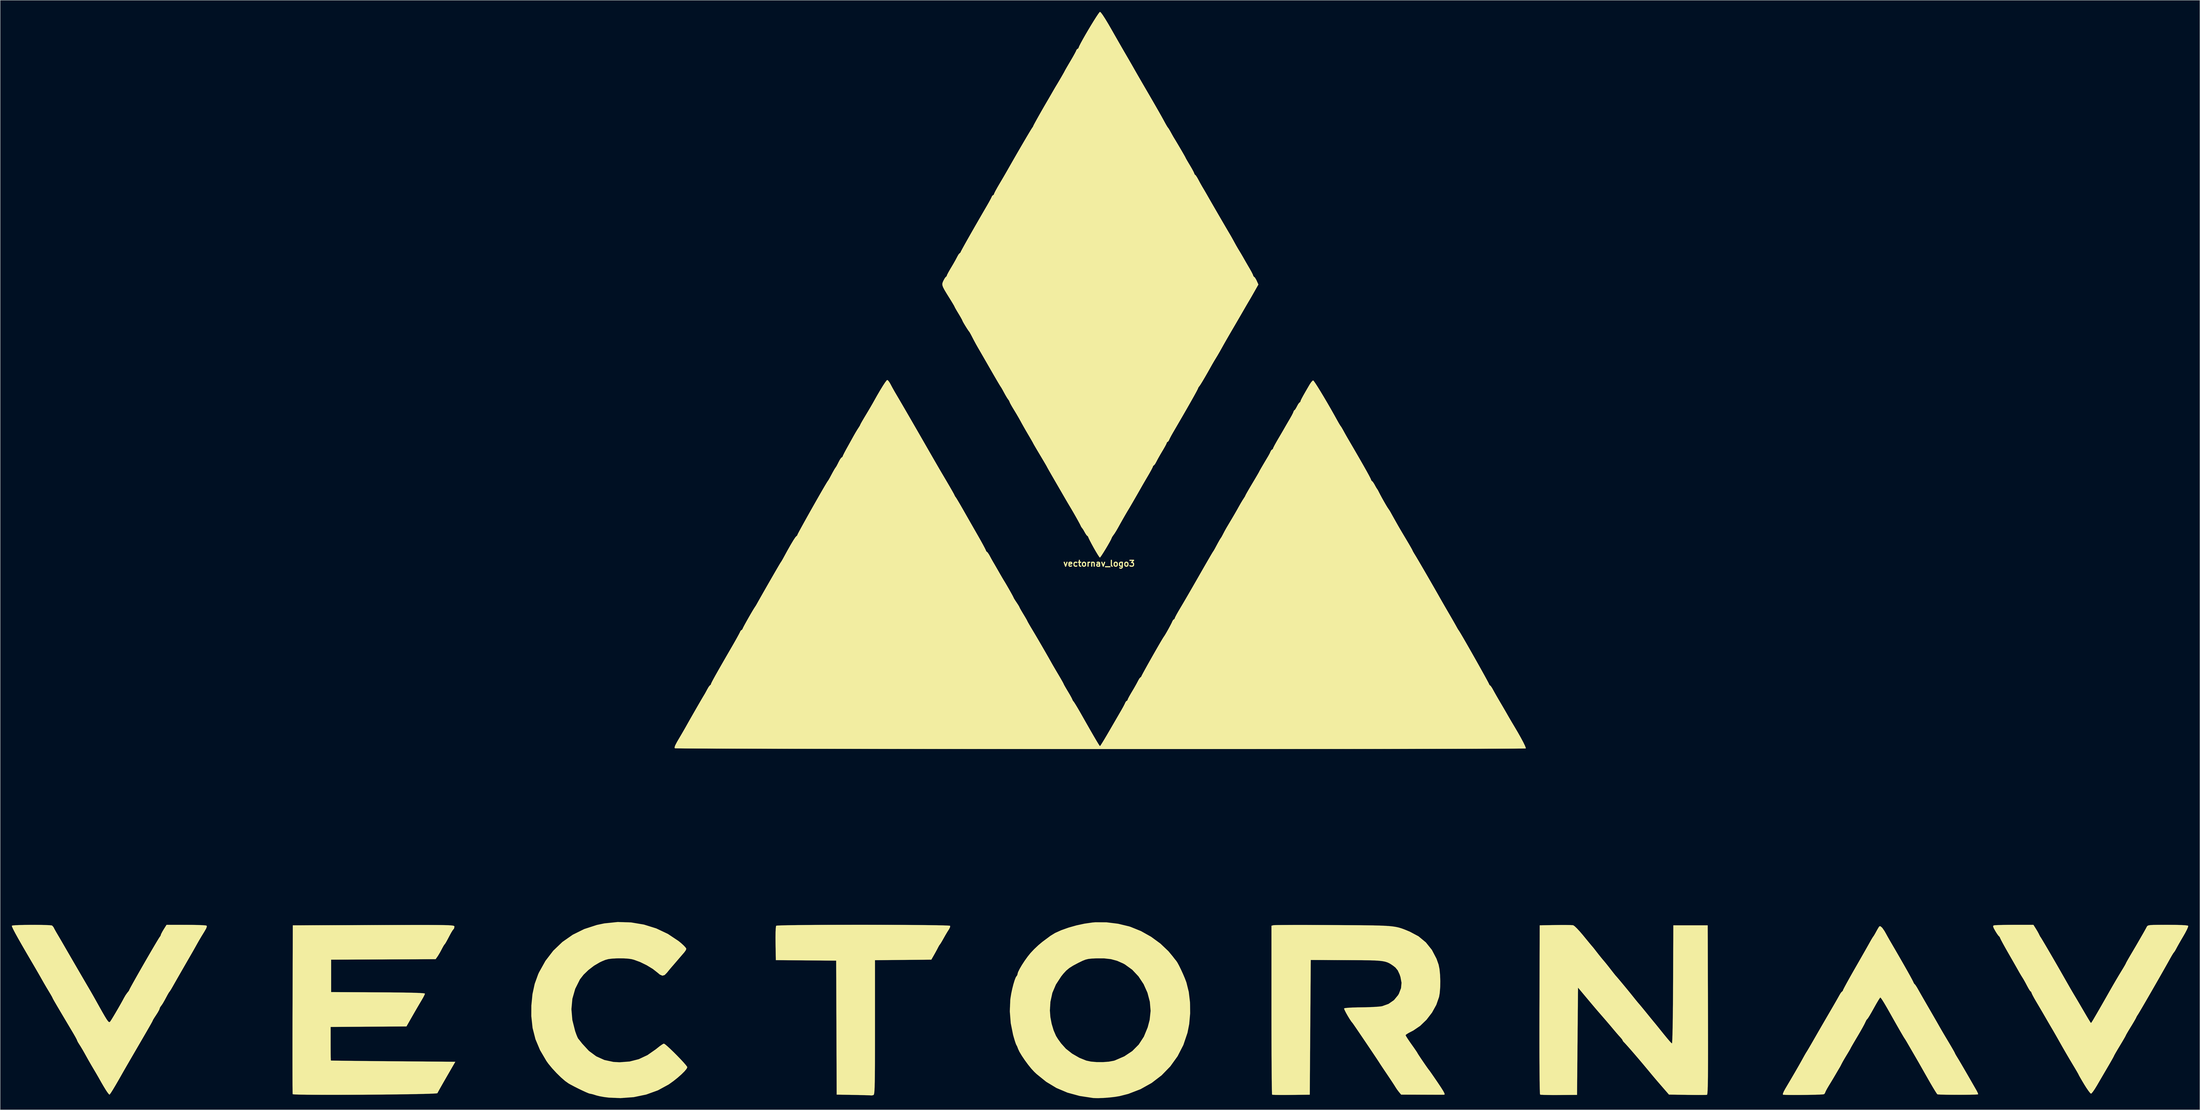
<source format=kicad_pcb>
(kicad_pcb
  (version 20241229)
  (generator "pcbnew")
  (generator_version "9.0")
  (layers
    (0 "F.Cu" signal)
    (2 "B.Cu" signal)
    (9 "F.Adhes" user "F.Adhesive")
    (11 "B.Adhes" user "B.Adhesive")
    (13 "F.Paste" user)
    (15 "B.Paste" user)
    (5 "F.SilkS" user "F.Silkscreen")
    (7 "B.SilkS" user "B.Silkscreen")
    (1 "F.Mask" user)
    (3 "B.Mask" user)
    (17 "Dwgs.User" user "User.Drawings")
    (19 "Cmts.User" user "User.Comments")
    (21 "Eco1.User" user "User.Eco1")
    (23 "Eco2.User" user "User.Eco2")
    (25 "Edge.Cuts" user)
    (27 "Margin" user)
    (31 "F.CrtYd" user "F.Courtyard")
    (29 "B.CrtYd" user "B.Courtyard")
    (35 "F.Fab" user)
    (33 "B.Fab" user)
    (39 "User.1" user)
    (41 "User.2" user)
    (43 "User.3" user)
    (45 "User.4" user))
  (footprint "vectornav_logo3"
    (layer "F.Cu")
    (at 281.048 142.736)
    (property "Reference" "vectornav_logo3" (at 0 0 0) (layer "F.SilkS") (effects (font (size 1.524 1.524) (thickness 0.3))))
    (attr through_hole)
    (fp_poly (pts (xy -59.234 93.467) (xy -56.328 93.472) (xy -53.493 93.481) (xy -50.773 93.494) (xy -48.213 93.511) (xy -45.856 93.531) (xy -43.747 93.556) (xy -41.931 93.584) (xy -40.452 93.616) (xy -39.355 93.652) (xy -38.683 93.691) (xy -38.48 93.728) (xy -38.504 94.089) (xy -38.774 94.627) (xy -38.81 94.68) (xy -39.19 95.272) (xy -39.691 96.116) (xy -40.134 96.901) (xy -40.576 97.685) (xy -40.933 98.278) (xy -41.127 98.552) (xy -41.128 98.552) (xy -41.345 98.856) (xy -41.589 99.314) (xy -41.888 99.894) (xy -42.324 100.695) (xy -42.619 101.219) (xy -43.346 102.489) (xy -50.629 102.556) (xy -57.912 102.624) (xy -57.912 119.992) (xy -57.913 123.407) (xy -57.916 126.349) (xy -57.922 128.854) (xy -57.933 130.955) (xy -57.947 132.689) (xy -57.968 134.09) (xy -57.995 135.193) (xy -58.029 136.033) (xy -58.07 136.646) (xy -58.121 137.066) (xy -58.181 137.328) (xy -58.251 137.468) (xy -58.314 137.514) (xy -58.755 137.619) (xy -58.885 137.611) (xy -59.183 137.588) (xy -59.903 137.56) (xy -60.958 137.53) (xy -62.263 137.5) (xy -63.435 137.478) (xy -67.814 137.402) (xy -67.88 120.073) (xy -67.945 102.743) (xy -75.744 102.676) (xy -83.543 102.609) (xy -83.618 98.281) (xy -83.631 96.741) (xy -83.614 95.439) (xy -83.57 94.452) (xy -83.502 93.854) (xy -83.452 93.713) (xy -83.161 93.67) (xy -82.409 93.632) (xy -81.238 93.597) (xy -79.695 93.567) (xy -77.822 93.54) (xy -75.665 93.518) (xy -73.268 93.5) (xy -70.675 93.485) (xy -67.931 93.475) (xy -65.079 93.468) (xy -62.166 93.465) (xy -59.234 93.467)) (stroke (width 0.01) (type solid)) (fill yes) (layer "F.SilkS"))
    (fp_poly (pts (xy -173.24 93.508) (xy -171.553 93.516) (xy -170.18 93.529) (xy -169.089 93.548) (xy -168.248 93.575) (xy -167.623 93.61) (xy -167.184 93.653) (xy -166.896 93.705) (xy -166.729 93.766) (xy -166.649 93.839) (xy -166.625 93.922) (xy -166.624 93.964) (xy -166.727 94.441) (xy -166.85 94.598) (xy -167.083 94.885) (xy -167.451 95.481) (xy -167.765 96.055) (xy -168.338 97.142) (xy -168.727 97.858) (xy -168.979 98.285) (xy -169.142 98.503) (xy -169.193 98.552) (xy -169.39 98.836) (xy -169.717 99.419) (xy -169.925 99.822) (xy -170.377 100.661) (xy -170.837 101.43) (xy -170.991 101.661) (xy -171.481 102.358) (xy -198.501 102.489) (xy -198.501 110.871) (xy -186.373 110.937) (xy -183.274 110.958) (xy -180.664 110.985) (xy -178.526 111.019) (xy -176.842 111.06) (xy -175.591 111.109) (xy -174.758 111.166) (xy -174.322 111.232) (xy -174.244 111.28) (xy -174.368 111.626) (xy -174.691 112.26) (xy -175.112 112.992) (xy -175.6 113.812) (xy -176.246 114.915) (xy -176.957 116.144) (xy -177.502 117.094) (xy -179.024 119.761) (xy -188.826 119.827) (xy -198.628 119.894) (xy -198.628 124.209) (xy -198.624 125.631) (xy -198.615 126.862) (xy -198.6 127.819) (xy -198.581 128.417) (xy -198.565 128.581) (xy -198.306 128.593) (xy -197.583 128.608) (xy -196.438 128.626) (xy -194.914 128.647) (xy -193.054 128.669) (xy -190.901 128.693) (xy -188.497 128.717) (xy -185.887 128.741) (xy -183.113 128.766) (xy -182.447 128.771) (xy -166.393 128.905) (xy -168.666 132.842) (xy -169.403 134.124) (xy -170.05 135.261) (xy -170.565 136.176) (xy -170.905 136.794) (xy -171.025 137.033) (xy -171.288 137.083) (xy -172.01 137.131) (xy -173.144 137.177) (xy -174.639 137.22) (xy -176.449 137.261) (xy -178.523 137.299) (xy -180.815 137.334) (xy -183.274 137.365) (xy -185.853 137.392) (xy -188.502 137.414) (xy -191.174 137.432) (xy -193.82 137.445) (xy -196.391 137.453) (xy -198.839 137.455) (xy -201.115 137.451) (xy -203.17 137.44) (xy -204.957 137.423) (xy -206.426 137.4) (xy -207.528 137.368) (xy -208.217 137.33) (xy -208.441 137.287) (xy -208.455 137) (xy -208.467 136.243) (xy -208.477 135.052) (xy -208.484 133.465) (xy -208.489 131.52) (xy -208.492 129.253) (xy -208.492 126.703) (xy -208.491 123.906) (xy -208.486 120.9) (xy -208.479 117.722) (xy -208.473 115.316) (xy -208.407 93.599) (xy -187.516 93.534) (xy -183.774 93.523) (xy -180.508 93.514) (xy -177.685 93.508) (xy -175.273 93.506) (xy -173.24 93.508)) (stroke (width 0.01) (type solid)) (fill yes) (layer "F.SilkS"))
    (fp_poly (pts (xy -120.986 92.853) (xy -117.642 93.412) (xy -114.444 94.41) (xy -111.444 95.831) (xy -108.698 97.663) (xy -108.013 98.221) (xy -107.344 98.834) (xy -106.865 99.355) (xy -106.68 99.674) (xy -106.68 99.676) (xy -106.836 100.081) (xy -107.211 100.604) (xy -107.215 100.609) (xy -107.672 101.135) (xy -108.301 101.867) (xy -108.802 102.452) (xy -109.47 103.231) (xy -110.098 103.959) (xy -110.445 104.357) (xy -111.011 105.026) (xy -111.616 105.771) (xy -111.681 105.855) (xy -112.288 106.466) (xy -112.867 106.631) (xy -113.519 106.35) (xy -114.083 105.88) (xy -115.338 104.891) (xy -116.908 103.933) (xy -118.601 103.105) (xy -120.228 102.507) (xy -120.874 102.342) (xy -121.758 102.221) (xy -122.943 102.15) (xy -124.221 102.137) (xy -124.698 102.15) (xy -125.926 102.218) (xy -126.839 102.336) (xy -127.627 102.55) (xy -128.483 102.903) (xy -129.069 103.183) (xy -130.536 104.045) (xy -131.977 105.151) (xy -133.24 106.369) (xy -134.173 107.568) (xy -134.188 107.592) (xy -135.407 110.031) (xy -136.141 112.607) (xy -136.389 115.302) (xy -136.148 118.102) (xy -135.419 120.992) (xy -135.087 121.92) (xy -134.834 122.532) (xy -134.643 122.907) (xy -134.62 122.936) (xy -134.406 123.192) (xy -133.985 123.72) (xy -133.606 124.205) (xy -131.874 126.088) (xy -129.966 127.498) (xy -127.859 128.447) (xy -125.531 128.945) (xy -123.935 129.032) (xy -121.34 128.837) (xy -118.967 128.231) (xy -116.732 127.184) (xy -114.552 125.663) (xy -114.333 125.484) (xy -113.569 124.878) (xy -112.928 124.428) (xy -112.528 124.214) (xy -112.484 124.206) (xy -112.179 124.381) (xy -111.606 124.857) (xy -110.843 125.556) (xy -109.964 126.404) (xy -109.045 127.324) (xy -108.16 128.24) (xy -107.386 129.076) (xy -106.797 129.757) (xy -106.469 130.206) (xy -106.426 130.318) (xy -106.621 130.74) (xy -107.155 131.381) (xy -107.949 132.167) (xy -108.924 133.027) (xy -110.003 133.888) (xy -111.105 134.678) (xy -111.292 134.801) (xy -114.032 136.291) (xy -117.046 137.378) (xy -120.289 138.052) (xy -123.713 138.302) (xy -126.746 138.173) (xy -127.917 138.026) (xy -129.05 137.825) (xy -129.93 137.607) (xy -130.048 137.568) (xy -130.814 137.327) (xy -131.425 137.182) (xy -131.59 137.164) (xy -131.957 137.052) (xy -132.662 136.755) (xy -133.596 136.325) (xy -134.648 135.816) (xy -135.708 135.279) (xy -136.666 134.768) (xy -137.103 134.522) (xy -138.006 133.882) (xy -139.092 132.939) (xy -140.251 131.803) (xy -141.374 130.584) (xy -142.351 129.396) (xy -142.847 128.703) (xy -144.492 125.898) (xy -145.675 123.082) (xy -146.421 120.166) (xy -146.755 117.063) (xy -146.738 114.351) (xy -146.449 111.388) (xy -145.875 108.738) (xy -144.986 106.273) (xy -144.761 105.777) (xy -143.097 102.793) (xy -141.077 100.165) (xy -138.719 97.909) (xy -136.043 96.039) (xy -133.067 94.567) (xy -129.809 93.509) (xy -127.889 93.105) (xy -124.42 92.746) (xy -120.986 92.853)) (stroke (width 0.01) (type solid)) (fill yes) (layer "F.SilkS"))
    (fp_poly (pts (xy 120.684 93.511) (xy 121.713 93.528) (xy 122.393 93.561) (xy 122.587 93.587) (xy 122.944 93.827) (xy 123.535 94.389) (xy 124.282 95.193) (xy 125.109 96.159) (xy 125.245 96.327) (xy 126.042 97.303) (xy 126.724 98.133) (xy 127.227 98.739) (xy 127.488 99.042) (xy 127.505 99.06) (xy 127.727 99.318) (xy 128.148 99.85) (xy 128.518 100.33) (xy 129.182 101.183) (xy 129.877 102.043) (xy 130.162 102.386) (xy 130.689 103.011) (xy 131.146 103.567) (xy 131.647 104.197) (xy 132.305 105.04) (xy 132.591 105.41) (xy 133.097 106.055) (xy 133.473 106.524) (xy 133.607 106.68) (xy 133.876 106.98) (xy 134.39 107.583) (xy 135.074 108.399) (xy 135.852 109.337) (xy 136.649 110.305) (xy 137.389 111.212) (xy 137.998 111.969) (xy 138.037 112.018) (xy 138.666 112.805) (xy 139.196 113.455) (xy 139.53 113.849) (xy 139.566 113.888) (xy 139.834 114.198) (xy 140.339 114.804) (xy 140.999 115.609) (xy 141.483 116.205) (xy 142.224 117.118) (xy 142.886 117.93) (xy 143.377 118.53) (xy 143.557 118.745) (xy 143.967 119.242) (xy 144.527 119.934) (xy 144.827 120.308) (xy 146.004 121.772) (xy 146.897 122.861) (xy 147.532 123.604) (xy 147.934 124.03) (xy 148.108 124.163) (xy 148.151 123.932) (xy 148.193 123.231) (xy 148.234 122.1) (xy 148.272 120.576) (xy 148.306 118.699) (xy 148.337 116.507) (xy 148.364 114.039) (xy 148.385 111.333) (xy 148.398 108.923) (xy 148.463 93.599) (xy 157.353 93.599) (xy 157.418 115.479) (xy 157.428 119.459) (xy 157.434 122.959) (xy 157.436 126.005) (xy 157.432 128.623) (xy 157.423 130.842) (xy 157.408 132.687) (xy 157.388 134.186) (xy 157.361 135.366) (xy 157.327 136.254) (xy 157.287 136.877) (xy 157.239 137.261) (xy 157.184 137.434) (xy 157.164 137.45) (xy 156.819 137.475) (xy 156.052 137.489) (xy 154.948 137.493) (xy 153.593 137.485) (xy 152.087 137.467) (xy 147.329 137.392) (xy 145.61 135.411) (xy 144.837 134.519) (xy 144.239 133.826) (xy 143.717 133.213) (xy 143.171 132.564) (xy 142.501 131.759) (xy 141.608 130.682) (xy 141.605 130.679) (xy 140.59 129.463) (xy 139.541 128.222) (xy 138.511 127.018) (xy 137.557 125.915) (xy 136.731 124.975) (xy 136.089 124.26) (xy 135.685 123.833) (xy 135.578 123.74) (xy 135.383 123.452) (xy 135.382 123.434) (xy 135.221 123.115) (xy 134.831 122.645) (xy 134.81 122.625) (xy 134.352 122.123) (xy 133.716 121.393) (xy 133.096 120.657) (xy 132.145 119.522) (xy 131.05 118.24) (xy 129.731 116.718) (xy 129.062 115.951) (xy 128.652 115.474) (xy 128 114.705) (xy 127.188 113.742) (xy 126.3 112.683) (xy 126.11 112.456) (xy 123.825 109.724) (xy 123.698 123.597) (xy 123.571 137.47) (xy 118.912 137.505) (xy 117.417 137.509) (xy 116.095 137.498) (xy 115.031 137.475) (xy 114.311 137.44) (xy 114.021 137.398) (xy 113.982 137.124) (xy 113.948 136.369) (xy 113.919 135.16) (xy 113.894 133.525) (xy 113.873 131.491) (xy 113.858 129.084) (xy 113.848 126.333) (xy 113.844 123.264) (xy 113.845 119.905) (xy 113.852 116.283) (xy 113.854 115.427) (xy 113.919 93.599) (xy 117.983 93.526) (xy 119.407 93.51) (xy 120.684 93.511)) (stroke (width 0.01) (type solid)) (fill yes) (layer "F.SilkS"))
    (fp_poly (pts (xy 1.964 92.831) (xy 4.927 93.198) (xy 7.771 93.882) (xy 8.128 93.995) (xy 10.854 95.1) (xy 13.47 96.57) (xy 15.869 98.328) (xy 17.943 100.3) (xy 19.021 101.6) (xy 19.494 102.217) (xy 19.87 102.682) (xy 19.947 102.769) (xy 20.256 103.226) (xy 20.692 104.032) (xy 21.198 105.063) (xy 21.716 106.195) (xy 22.187 107.306) (xy 22.552 108.27) (xy 22.599 108.408) (xy 23.202 110.839) (xy 23.523 113.542) (xy 23.561 116.365) (xy 23.312 119.157) (xy 22.866 121.412) (xy 21.803 124.563) (xy 20.314 127.465) (xy 18.43 130.089) (xy 16.183 132.404) (xy 13.605 134.381) (xy 10.728 135.991) (xy 7.584 137.204) (xy 5.334 137.781) (xy 4.114 137.983) (xy 2.658 138.148) (xy 1.144 138.262) (xy -0.255 138.313) (xy -1.362 138.289) (xy -1.524 138.275) (xy -5.013 137.744) (xy -8.153 136.888) (xy -11.01 135.678) (xy -13.647 134.085) (xy -16.129 132.08) (xy -16.739 131.505) (xy -17.495 130.688) (xy -18.337 129.645) (xy -19.183 128.494) (xy -19.951 127.352) (xy -20.559 126.337) (xy -20.924 125.566) (xy -20.954 125.476) (xy -21.18 124.887) (xy -21.36 124.57) (xy -21.515 124.219) (xy -21.757 123.499) (xy -22.045 122.53) (xy -22.218 121.903) (xy -22.815 118.922) (xy -23.058 115.845) (xy -23.05 115.643) (xy -12.7 115.643) (xy -12.579 117.321) (xy -12.244 119.081) (xy -11.741 120.766) (xy -11.114 122.219) (xy -10.595 123.053) (xy -10.326 123.421) (xy -9.91 123.998) (xy -9.808 124.141) (xy -8.567 125.528) (xy -6.948 126.803) (xy -5.083 127.877) (xy -3.302 128.598) (xy -2.104 128.855) (xy -0.607 128.986) (xy 1.003 128.994) (xy 2.541 128.878) (xy 3.821 128.641) (xy 4.1 128.555) (xy 6.539 127.501) (xy 8.588 126.141) (xy 10.266 124.453) (xy 11.592 122.414) (xy 12.584 120.005) (xy 13.095 118.063) (xy 13.342 115.732) (xy 13.139 113.361) (xy 12.522 111.03) (xy 11.531 108.819) (xy 10.202 106.808) (xy 8.575 105.079) (xy 6.685 103.712) (xy 6.223 103.46) (xy 4.665 102.776) (xy 3.085 102.35) (xy 1.328 102.151) (xy -0.656 102.146) (xy -1.867 102.201) (xy -2.753 102.296) (xy -3.496 102.476) (xy -4.276 102.787) (xy -5.277 103.274) (xy -5.355 103.313) (xy -6.684 104.017) (xy -7.681 104.649) (xy -8.486 105.32) (xy -9.239 106.142) (xy -9.775 106.819) (xy -11.141 108.914) (xy -12.06 111.073) (xy -12.567 113.404) (xy -12.7 115.643) (xy -23.05 115.643) (xy -22.933 112.87) (xy -22.878 112.419) (xy -22.685 111.238) (xy -22.424 110.006) (xy -22.125 108.831) (xy -21.818 107.822) (xy -21.535 107.086) (xy -21.304 106.733) (xy -21.285 106.722) (xy -21.102 106.43) (xy -21.082 106.256) (xy -20.934 105.722) (xy -20.532 104.894) (xy -19.941 103.877) (xy -19.223 102.774) (xy -18.443 101.688) (xy -17.715 100.783) (xy -16.773 99.779) (xy -15.67 98.738) (xy -14.63 97.869) (xy -14.528 97.793) (xy -13.712 97.186) (xy -13.04 96.685) (xy -12.628 96.376) (xy -12.572 96.334) (xy -11.362 95.589) (xy -9.759 94.866) (xy -7.878 94.198) (xy -5.835 93.621) (xy -3.745 93.17) (xy -1.722 92.878) (xy -0.889 92.81) (xy 1.964 92.831)) (stroke (width 0.01) (type solid)) (fill yes) (layer "F.SilkS"))
    (fp_poly (pts (xy 53.166 93.504) (xy 55.584 93.51) (xy 58.184 93.52) (xy 60.599 93.534) (xy 63.819 93.554) (xy 66.576 93.573) (xy 68.917 93.596) (xy 70.887 93.625) (xy 72.531 93.666) (xy 73.894 93.722) (xy 75.024 93.796) (xy 75.964 93.894) (xy 76.761 94.019) (xy 77.461 94.174) (xy 78.108 94.364) (xy 78.748 94.593) (xy 79.428 94.865) (xy 80.192 95.184) (xy 80.354 95.252) (xy 82.59 96.445) (xy 84.491 98.018) (xy 86.047 99.957) (xy 87.245 102.248) (xy 87.782 103.767) (xy 88.015 104.908) (xy 88.162 106.384) (xy 88.222 108.029) (xy 88.192 109.678) (xy 88.07 111.163) (xy 87.905 112.121) (xy 87.193 114.172) (xy 86.083 116.177) (xy 84.662 118.028) (xy 83.016 119.614) (xy 81.232 120.827) (xy 80.834 121.031) (xy 80.044 121.441) (xy 79.477 121.793) (xy 79.249 122.013) (xy 79.249 122.018) (xy 79.388 122.307) (xy 79.764 122.908) (xy 80.315 123.724) (xy 80.772 124.374) (xy 81.405 125.267) (xy 81.909 125.997) (xy 82.223 126.472) (xy 82.296 126.605) (xy 82.429 126.841) (xy 82.781 127.386) (xy 83.276 128.13) (xy 83.843 128.965) (xy 84.406 129.785) (xy 84.892 130.479) (xy 85.229 130.941) (xy 85.331 131.064) (xy 85.516 131.309) (xy 85.932 131.898) (xy 86.523 132.753) (xy 87.238 133.797) (xy 87.582 134.303) (xy 88.414 135.55) (xy 88.969 136.437) (xy 89.275 137.013) (xy 89.355 137.325) (xy 89.236 137.423) (xy 89.232 137.423) (xy 88.848 137.426) (xy 88.039 137.427) (xy 86.889 137.426) (xy 85.478 137.424) (xy 83.892 137.422) (xy 83.439 137.421) (xy 78.105 137.408) (xy 77.525 136.713) (xy 77.03 136.064) (xy 76.641 135.469) (xy 76.636 135.461) (xy 76.377 135.039) (xy 75.899 134.302) (xy 75.271 133.352) (xy 74.56 132.293) (xy 74.555 132.286) (xy 73.851 131.241) (xy 73.234 130.32) (xy 72.771 129.62) (xy 72.526 129.239) (xy 72.523 129.234) (xy 72.281 128.856) (xy 71.818 128.154) (xy 71.182 127.199) (xy 70.42 126.062) (xy 69.58 124.813) (xy 68.711 123.523) (xy 67.859 122.264) (xy 67.074 121.106) (xy 66.402 120.12) (xy 65.891 119.377) (xy 65.59 118.948) (xy 65.531 118.872) (xy 65.213 118.482) (xy 64.78 117.833) (xy 64.304 117.051) (xy 63.859 116.262) (xy 63.518 115.593) (xy 63.352 115.169) (xy 63.352 115.095) (xy 63.649 115.009) (xy 64.373 114.933) (xy 65.445 114.873) (xy 66.786 114.833) (xy 67.723 114.82) (xy 69.243 114.794) (xy 70.684 114.74) (xy 71.924 114.666) (xy 72.846 114.578) (xy 73.186 114.523) (xy 74.839 113.932) (xy 76.247 112.953) (xy 77.32 111.654) (xy 77.534 111.27) (xy 78.075 109.855) (xy 78.205 108.468) (xy 77.928 106.969) (xy 77.697 106.284) (xy 77.223 105.261) (xy 76.622 104.524) (xy 76.055 104.073) (xy 75.532 103.714) (xy 75.044 103.42) (xy 74.535 103.185) (xy 73.948 103.001) (xy 73.229 102.863) (xy 72.32 102.763) (xy 71.165 102.695) (xy 69.709 102.651) (xy 67.896 102.625) (xy 65.669 102.611) (xy 63.886 102.604) (xy 54.737 102.572) (xy 54.483 137.421) (xy 49.696 137.481) (xy 48.185 137.493) (xy 46.853 137.492) (xy 45.781 137.478) (xy 45.051 137.452) (xy 44.744 137.415) (xy 44.743 137.414) (xy 44.718 137.147) (xy 44.694 136.408) (xy 44.671 135.236) (xy 44.651 133.667) (xy 44.632 131.737) (xy 44.616 129.485) (xy 44.602 126.947) (xy 44.591 124.159) (xy 44.583 121.16) (xy 44.578 117.986) (xy 44.577 115.495) (xy 44.577 93.704) (xy 45.105 93.571) (xy 45.449 93.549) (xy 46.255 93.531) (xy 47.476 93.517) (xy 49.066 93.508) (xy 50.978 93.504) (xy 53.166 93.504)) (stroke (width 0.01) (type solid)) (fill yes) (layer "F.SilkS"))
    (fp_poly (pts (xy -236.029 93.476) (xy -234.47 93.487) (xy -233.078 93.514) (xy -231.934 93.555) (xy -231.121 93.607) (xy -230.723 93.667) (xy -230.706 93.675) (xy -230.623 93.93) (xy -230.82 94.461) (xy -231.318 95.323) (xy -231.358 95.385) (xy -231.999 96.428) (xy -232.666 97.557) (xy -233.087 98.298) (xy -233.6 99.219) (xy -234.102 100.111) (xy -234.372 100.584) (xy -235.453 102.457) (xy -236.485 104.25) (xy -237.43 105.895) (xy -238.25 107.326) (xy -238.906 108.476) (xy -239.361 109.279) (xy -239.471 109.474) (xy -239.861 110.15) (xy -240.162 110.622) (xy -240.259 110.744) (xy -240.466 111.033) (xy -240.789 111.591) (xy -240.879 111.76) (xy -241.512 112.941) (xy -241.973 113.748) (xy -242.311 114.264) (xy -242.506 114.504) (xy -242.781 114.95) (xy -242.824 115.147) (xy -242.958 115.505) (xy -243.305 116.13) (xy -243.713 116.77) (xy -244.176 117.474) (xy -244.497 117.994) (xy -244.602 118.203) (xy -244.631 118.294) (xy -244.736 118.505) (xy -244.938 118.879) (xy -245.263 119.457) (xy -245.734 120.281) (xy -246.375 121.392) (xy -247.21 122.831) (xy -248.262 124.642) (xy -249.042 125.984) (xy -249.886 127.436) (xy -250.673 128.793) (xy -251.357 129.974) (xy -251.89 130.898) (xy -252.226 131.484) (xy -252.275 131.572) (xy -253.326 133.427) (xy -254.216 134.963) (xy -254.926 136.152) (xy -255.44 136.965) (xy -255.741 137.371) (xy -255.8 137.414) (xy -256.022 137.217) (xy -256.408 136.707) (xy -256.738 136.208) (xy -257.318 135.257) (xy -257.907 134.248) (xy -258.126 133.858) (xy -258.62 132.98) (xy -259.215 131.95) (xy -259.588 131.318) (xy -260.471 129.823) (xy -261.23 128.504) (xy -262.008 127.107) (xy -262.207 126.746) (xy -262.732 125.822) (xy -263.268 124.93) (xy -263.566 124.465) (xy -263.936 123.873) (xy -264.144 123.462) (xy -264.16 123.394) (xy -264.282 123.104) (xy -264.606 122.494) (xy -265.073 121.676) (xy -265.261 121.358) (xy -266.623 119.066) (xy -267.745 117.176) (xy -268.644 115.656) (xy -269.342 114.471) (xy -269.857 113.588) (xy -270.21 112.974) (xy -270.419 112.595) (xy -270.505 112.417) (xy -270.51 112.398) (xy -270.633 112.138) (xy -270.957 111.564) (xy -271.416 110.793) (xy -271.481 110.685) (xy -272.114 109.628) (xy -272.773 108.497) (xy -273.227 107.696) (xy -273.654 106.939) (xy -274.262 105.879) (xy -274.974 104.65) (xy -275.711 103.388) (xy -275.792 103.251) (xy -277.243 100.771) (xy -278.44 98.701) (xy -279.396 97.021) (xy -280.122 95.709) (xy -280.63 94.742) (xy -280.933 94.098) (xy -281.043 93.757) (xy -281.035 93.7) (xy -280.75 93.63) (xy -280.05 93.573) (xy -279.031 93.529) (xy -277.785 93.499) (xy -276.406 93.483) (xy -274.989 93.48) (xy -273.627 93.492) (xy -272.415 93.519) (xy -271.445 93.56) (xy -270.811 93.617) (xy -270.618 93.666) (xy -270.276 94.057) (xy -270.182 94.234) (xy -269.967 94.654) (xy -269.585 95.335) (xy -269.262 95.885) (xy -268.669 96.891) (xy -268.034 97.98) (xy -267.777 98.425) (xy -267.217 99.396) (xy -266.497 100.643) (xy -265.666 102.076) (xy -264.777 103.609) (xy -263.881 105.152) (xy -263.028 106.618) (xy -262.27 107.919) (xy -261.659 108.967) (xy -261.244 109.673) (xy -261.211 109.728) (xy -260.655 110.682) (xy -259.998 111.829) (xy -259.394 112.903) (xy -258.39 114.704) (xy -257.601 116.105) (xy -256.997 117.149) (xy -256.547 117.882) (xy -256.221 118.346) (xy -255.99 118.587) (xy -255.822 118.649) (xy -255.688 118.577) (xy -255.596 118.468) (xy -255.293 118.008) (xy -254.81 117.219) (xy -254.215 116.217) (xy -253.574 115.117) (xy -252.955 114.033) (xy -252.424 113.081) (xy -252.084 112.441) (xy -251.659 111.703) (xy -251.229 111.092) (xy -251.143 110.991) (xy -250.807 110.573) (xy -250.698 110.35) (xy -250.576 110.08) (xy -250.236 109.44) (xy -249.714 108.494) (xy -249.049 107.307) (xy -248.279 105.946) (xy -247.44 104.476) (xy -246.571 102.961) (xy -245.708 101.468) (xy -244.89 100.062) (xy -244.154 98.808) (xy -243.538 97.772) (xy -243.08 97.018) (xy -242.816 96.613) (xy -242.772 96.562) (xy -242.575 96.27) (xy -242.565 96.181) (xy -242.435 95.815) (xy -242.106 95.187) (xy -241.803 94.678) (xy -241.045 93.472) (xy -236.029 93.476)) (stroke (width 0.01) (type solid)) (fill yes) (layer "F.SilkS"))
    (fp_poly (pts (xy 242.201 94.507) (xy 242.626 95.215) (xy 242.942 95.801) (xy 243.017 95.968) (xy 243.278 96.482) (xy 243.396 96.647) (xy 243.578 96.929) (xy 243.972 97.582) (xy 244.538 98.536) (xy 245.234 99.721) (xy 246.019 101.067) (xy 246.854 102.506) (xy 247.697 103.966) (xy 248.508 105.378) (xy 249.033 106.299) (xy 250.186 108.323) (xy 251.171 110.046) (xy 251.579 110.745) (xy 252.101 111.629) (xy 252.408 112.141) (xy 252.846 112.877) (xy 253.453 113.909) (xy 254.145 115.093) (xy 254.756 116.141) (xy 255.364 117.18) (xy 255.878 118.037) (xy 256.245 118.628) (xy 256.416 118.87) (xy 256.42 118.872) (xy 256.585 118.677) (xy 256.897 118.192) (xy 256.984 118.046) (xy 257.975 116.347) (xy 259.151 114.304) (xy 260.456 112.018) (xy 261.25 110.617) (xy 262.02 109.27) (xy 262.835 107.868) (xy 263.599 106.577) (xy 264.202 105.58) (xy 264.74 104.697) (xy 265.158 103.986) (xy 265.397 103.551) (xy 265.43 103.468) (xy 265.551 103.211) (xy 265.879 102.617) (xy 266.357 101.785) (xy 266.736 101.139) (xy 267.357 100.087) (xy 267.939 99.098) (xy 268.393 98.318) (xy 268.551 98.044) (xy 268.98 97.297) (xy 269.508 96.379) (xy 269.794 95.885) (xy 270.255 95.074) (xy 270.648 94.36) (xy 270.814 94.043) (xy 270.924 93.851) (xy 271.082 93.707) (xy 271.355 93.605) (xy 271.813 93.538) (xy 272.524 93.498) (xy 273.558 93.479) (xy 274.982 93.473) (xy 276.251 93.472) (xy 278.224 93.485) (xy 279.761 93.525) (xy 280.841 93.589) (xy 281.444 93.678) (xy 281.567 93.739) (xy 281.513 94.055) (xy 281.236 94.699) (xy 280.786 95.572) (xy 280.345 96.343) (xy 279.716 97.415) (xy 279.137 98.423) (xy 278.69 99.226) (xy 278.509 99.568) (xy 278.179 100.17) (xy 277.925 100.547) (xy 277.886 100.584) (xy 277.681 100.858) (xy 277.32 101.446) (xy 276.943 102.108) (xy 276.363 103.151) (xy 275.642 104.431) (xy 274.817 105.887) (xy 273.922 107.459) (xy 272.992 109.084) (xy 272.063 110.702) (xy 271.17 112.251) (xy 270.348 113.671) (xy 269.632 114.9) (xy 269.057 115.878) (xy 268.658 116.543) (xy 268.472 116.833) (xy 268.465 116.84) (xy 268.255 117.165) (xy 268.158 117.389) (xy 267.961 117.782) (xy 267.562 118.484) (xy 267.029 119.377) (xy 266.716 119.886) (xy 266.164 120.79) (xy 265.73 121.524) (xy 265.474 121.988) (xy 265.43 122.093) (xy 265.306 122.35) (xy 264.968 122.948) (xy 264.47 123.797) (xy 263.906 124.734) (xy 263.305 125.734) (xy 262.816 126.568) (xy 262.491 127.146) (xy 262.382 127.372) (xy 262.261 127.628) (xy 261.929 128.233) (xy 261.437 129.099) (xy 260.833 130.137) (xy 260.776 130.235) (xy 260.004 131.552) (xy 259.18 132.963) (xy 258.417 134.273) (xy 257.958 135.065) (xy 257.403 135.969) (xy 256.911 136.678) (xy 256.551 137.093) (xy 256.433 137.16) (xy 256.183 136.955) (xy 255.746 136.398) (xy 255.187 135.579) (xy 254.679 134.766) (xy 254.098 133.791) (xy 253.629 132.985) (xy 253.326 132.443) (xy 253.238 132.258) (xy 253.114 132.01) (xy 252.777 131.416) (xy 252.277 130.564) (xy 251.666 129.544) (xy 251.645 129.509) (xy 250.812 128.112) (xy 249.88 126.519) (xy 248.992 124.974) (xy 248.557 124.206) (xy 247.895 123.03) (xy 247.25 121.896) (xy 246.703 120.945) (xy 246.382 120.396) (xy 245.922 119.615) (xy 245.326 118.593) (xy 244.71 117.527) (xy 244.607 117.348) (xy 243.935 116.188) (xy 243.151 114.85) (xy 242.406 113.59) (xy 242.28 113.38) (xy 241.743 112.453) (xy 241.325 111.676) (xy 241.083 111.16) (xy 241.046 111.03) (xy 240.914 110.757) (xy 240.856 110.743) (xy 240.651 110.534) (xy 240.304 109.989) (xy 239.919 109.283) (xy 239.453 108.401) (xy 239.01 107.614) (xy 238.749 107.188) (xy 238.368 106.58) (xy 237.896 105.777) (xy 237.689 105.41) (xy 237.341 104.791) (xy 236.801 103.84) (xy 236.129 102.662) (xy 235.386 101.367) (xy 234.986 100.67) (xy 234.291 99.446) (xy 233.695 98.368) (xy 233.241 97.517) (xy 232.973 96.972) (xy 232.918 96.818) (xy 232.734 96.498) (xy 232.691 96.478) (xy 232.45 96.228) (xy 232.057 95.667) (xy 231.694 95.08) (xy 231.279 94.328) (xy 231.124 93.894) (xy 231.202 93.675) (xy 231.306 93.619) (xy 231.671 93.573) (xy 232.458 93.533) (xy 233.582 93.502) (xy 234.958 93.48) (xy 236.5 93.472) (xy 236.619 93.472) (xy 241.548 93.472) (xy 242.201 94.507)) (stroke (width 0.01) (type solid)) (fill yes) (layer "F.SilkS"))
    (fp_poly (pts (xy 202.478 94.255) (xy 203.037 95.057) (xy 203.366 95.632) (xy 203.848 96.509) (xy 204.343 97.383) (xy 204.432 97.536) (xy 205.778 99.845) (xy 206.997 101.954) (xy 208.071 103.828) (xy 208.979 105.432) (xy 209.701 106.73) (xy 210.217 107.686) (xy 210.508 108.265) (xy 210.566 108.425) (xy 210.747 108.738) (xy 210.781 108.754) (xy 211.019 109.009) (xy 211.389 109.567) (xy 211.63 109.982) (xy 211.984 110.611) (xy 212.529 111.567) (xy 213.202 112.739) (xy 213.937 114.015) (xy 214.239 114.538) (xy 214.965 115.791) (xy 215.637 116.955) (xy 216.197 117.928) (xy 216.588 118.608) (xy 216.693 118.792) (xy 217.297 119.856) (xy 217.803 120.736) (xy 218.298 121.584) (xy 218.871 122.552) (xy 219.612 123.793) (xy 219.673 123.895) (xy 220.278 124.917) (xy 220.774 125.773) (xy 221.11 126.374) (xy 221.234 126.63) (xy 221.234 126.63) (xy 221.358 126.901) (xy 221.672 127.444) (xy 221.867 127.759) (xy 222.243 128.377) (xy 222.836 129.378) (xy 223.611 130.707) (xy 224.536 132.304) (xy 225.577 134.112) (xy 226.701 136.074) (xy 226.867 136.364) (xy 227.154 136.933) (xy 227.263 137.285) (xy 227.252 137.322) (xy 226.967 137.365) (xy 226.267 137.399) (xy 225.246 137.424) (xy 223.997 137.44) (xy 222.613 137.448) (xy 221.188 137.447) (xy 219.815 137.437) (xy 218.588 137.419) (xy 217.599 137.392) (xy 216.942 137.356) (xy 216.716 137.32) (xy 216.512 137.057) (xy 216.107 136.426) (xy 215.548 135.504) (xy 214.882 134.368) (xy 214.34 133.421) (xy 213.618 132.15) (xy 212.971 131.009) (xy 212.445 130.082) (xy 212.088 129.454) (xy 211.963 129.233) (xy 211.731 128.83) (xy 211.313 128.106) (xy 210.775 127.178) (xy 210.404 126.538) (xy 209.813 125.52) (xy 209.284 124.608) (xy 208.892 123.931) (xy 208.753 123.689) (xy 208.419 123.139) (xy 208.207 122.822) (xy 208 122.494) (xy 207.594 121.807) (xy 207.036 120.845) (xy 206.376 119.693) (xy 205.661 118.434) (xy 204.939 117.153) (xy 204.746 116.807) (xy 203.768 115.076) (xy 202.99 113.747) (xy 202.423 112.835) (xy 202.073 112.352) (xy 201.972 112.274) (xy 201.793 112.487) (xy 201.426 113.062) (xy 200.924 113.915) (xy 200.338 114.959) (xy 200.279 115.066) (xy 199.688 116.124) (xy 199.178 116.998) (xy 198.799 117.602) (xy 198.603 117.851) (xy 198.595 117.854) (xy 198.403 118.065) (xy 198.14 118.582) (xy 198.098 118.681) (xy 197.841 119.211) (xy 197.382 120.062) (xy 196.783 121.121) (xy 196.108 122.276) (xy 196.035 122.398) (xy 195.398 123.473) (xy 194.867 124.38) (xy 194.49 125.037) (xy 194.316 125.36) (xy 194.31 125.378) (xy 194.187 125.621) (xy 193.861 126.185) (xy 193.396 126.96) (xy 193.273 127.161) (xy 192.741 128.047) (xy 192.292 128.825) (xy 192.013 129.344) (xy 191.992 129.388) (xy 191.647 130.066) (xy 191.438 130.429) (xy 191.139 130.931) (xy 190.702 131.675) (xy 190.393 132.207) (xy 189.86 133.114) (xy 189.211 134.193) (xy 188.682 135.058) (xy 188.205 135.867) (xy 187.857 136.521) (xy 187.707 136.891) (xy 187.706 136.908) (xy 187.505 137.231) (xy 187.371 137.304) (xy 187.011 137.351) (xy 186.247 137.393) (xy 185.174 137.429) (xy 183.886 137.458) (xy 182.477 137.479) (xy 181.043 137.492) (xy 179.676 137.495) (xy 178.473 137.488) (xy 177.526 137.469) (xy 176.931 137.438) (xy 176.778 137.41) (xy 176.787 137.144) (xy 177.02 136.577) (xy 177.393 135.886) (xy 178.765 133.564) (xy 179.95 131.536) (xy 180.924 129.843) (xy 181.664 128.527) (xy 181.874 128.143) (xy 182.32 127.334) (xy 182.688 126.692) (xy 182.893 126.365) (xy 183.082 126.064) (xy 183.473 125.406) (xy 184.016 124.476) (xy 184.661 123.357) (xy 184.975 122.809) (xy 185.847 121.29) (xy 186.856 119.541) (xy 187.883 117.77) (xy 188.805 116.187) (xy 188.872 116.073) (xy 189.609 114.807) (xy 190.295 113.62) (xy 190.869 112.615) (xy 191.272 111.897) (xy 191.383 111.691) (xy 191.736 111.106) (xy 192.018 110.773) (xy 192.082 110.744) (xy 192.271 110.547) (xy 192.278 110.475) (xy 192.4 110.188) (xy 192.742 109.526) (xy 193.269 108.55) (xy 193.948 107.326) (xy 194.742 105.916) (xy 195.366 104.824) (xy 196.276 103.236) (xy 197.145 101.713) (xy 197.929 100.337) (xy 198.579 99.189) (xy 199.05 98.353) (xy 199.222 98.044) (xy 199.645 97.294) (xy 199.979 96.74) (xy 200.134 96.52) (xy 200.328 96.239) (xy 200.663 95.661) (xy 200.887 95.25) (xy 201.279 94.543) (xy 201.601 94.017) (xy 201.711 93.867) (xy 202.023 93.845) (xy 202.478 94.255)) (stroke (width 0.01) (type solid)) (fill yes) (layer "F.SilkS"))
    (fp_poly (pts (xy 0.509 -142.515) (xy 0.97 -141.894) (xy 1.606 -140.914) (xy 2.388 -139.621) (xy 3.116 -138.36) (xy 4 -136.806) (xy 4.91 -135.213) (xy 5.775 -133.704) (xy 6.523 -132.407) (xy 7.009 -131.572) (xy 7.676 -130.425) (xy 8.331 -129.29) (xy 8.88 -128.329) (xy 9.129 -127.889) (xy 9.461 -127.303) (xy 10.003 -126.359) (xy 10.707 -125.14) (xy 11.526 -123.727) (xy 12.413 -122.201) (xy 12.872 -121.412) (xy 13.789 -119.831) (xy 14.674 -118.294) (xy 15.477 -116.889) (xy 16.146 -115.705) (xy 16.631 -114.829) (xy 16.78 -114.554) (xy 17.226 -113.734) (xy 17.591 -113.103) (xy 17.804 -112.787) (xy 17.816 -112.776) (xy 18.026 -112.492) (xy 18.366 -111.924) (xy 18.527 -111.633) (xy 18.916 -110.925) (xy 19.236 -110.362) (xy 19.311 -110.236) (xy 19.791 -109.448) (xy 20.351 -108.51) (xy 20.936 -107.519) (xy 21.486 -106.577) (xy 21.944 -105.781) (xy 22.252 -105.231) (xy 22.352 -105.029) (xy 22.475 -104.778) (xy 22.803 -104.199) (xy 23.276 -103.4) (xy 23.495 -103.037) (xy 24.013 -102.153) (xy 24.408 -101.419) (xy 24.619 -100.952) (xy 24.638 -100.869) (xy 24.771 -100.598) (xy 24.829 -100.584) (xy 25.042 -100.377) (xy 25.386 -99.847) (xy 25.645 -99.378) (xy 26.128 -98.475) (xy 26.626 -97.592) (xy 26.81 -97.282) (xy 27.276 -96.499) (xy 27.806 -95.582) (xy 27.995 -95.25) (xy 28.372 -94.588) (xy 28.934 -93.609) (xy 29.629 -92.404) (xy 30.406 -91.061) (xy 31.213 -89.67) (xy 31.998 -88.32) (xy 32.708 -87.1) (xy 33.293 -86.1) (xy 33.701 -85.409) (xy 33.816 -85.217) (xy 34.207 -84.544) (xy 34.692 -83.673) (xy 34.954 -83.189) (xy 35.454 -82.279) (xy 35.968 -81.393) (xy 36.189 -81.03) (xy 36.667 -80.243) (xy 37.203 -79.323) (xy 37.39 -78.994) (xy 37.867 -78.155) (xy 38.462 -77.125) (xy 38.954 -76.284) (xy 39.411 -75.474) (xy 39.741 -74.818) (xy 39.877 -74.453) (xy 39.878 -74.443) (xy 40.032 -74.179) (xy 40.093 -74.168) (xy 40.32 -73.958) (xy 40.634 -73.43) (xy 40.758 -73.173) (xy 41.206 -72.177) (xy 40.153 -70.315) (xy 39.637 -69.408) (xy 39.196 -68.641) (xy 38.906 -68.146) (xy 38.861 -68.072) (xy 38.636 -67.695) (xy 38.227 -66.995) (xy 37.702 -66.089) (xy 37.381 -65.532) (xy 36.754 -64.447) (xy 35.971 -63.097) (xy 35.133 -61.656) (xy 34.355 -60.325) (xy 33.614 -59.05) (xy 32.882 -57.779) (xy 32.241 -56.652) (xy 31.771 -55.81) (xy 31.74 -55.753) (xy 31.201 -54.789) (xy 30.654 -53.845) (xy 30.299 -53.26) (xy 29.772 -52.393) (xy 29.253 -51.5) (xy 29.171 -51.355) (xy 28.258 -49.725) (xy 27.446 -48.307) (xy 26.767 -47.153) (xy 26.251 -46.315) (xy 25.929 -45.845) (xy 25.848 -45.762) (xy 25.656 -45.472) (xy 25.654 -45.433) (xy 25.526 -45.123) (xy 25.152 -44.401) (xy 24.545 -43.293) (xy 23.719 -41.823) (xy 22.689 -40.015) (xy 21.468 -37.895) (xy 20.07 -35.487) (xy 19.099 -33.822) (xy 18.64 -33.006) (xy 18.281 -32.315) (xy 18.117 -31.941) (xy 17.892 -31.565) (xy 17.75 -31.496) (xy 17.533 -31.301) (xy 17.526 -31.238) (xy 17.402 -30.915) (xy 17.07 -30.279) (xy 16.594 -29.448) (xy 16.403 -29.13) (xy 15.816 -28.138) (xy 15.277 -27.185) (xy 14.885 -26.449) (xy 14.832 -26.34) (xy 14.506 -25.753) (xy 14.236 -25.425) (xy 14.177 -25.4) (xy 13.975 -25.206) (xy 13.97 -25.154) (xy 13.848 -24.841) (xy 13.52 -24.202) (xy 13.044 -23.346) (xy 12.73 -22.804) (xy 12.123 -21.771) (xy 11.555 -20.796) (xy 11.117 -20.035) (xy 10.991 -19.812) (xy 10.565 -19.059) (xy 10.016 -18.098) (xy 9.406 -17.037) (xy 8.799 -15.985) (xy 8.256 -15.05) (xy 7.841 -14.341) (xy 7.618 -13.97) (xy 7.271 -13.397) (xy 6.755 -12.511) (xy 6.143 -11.441) (xy 5.511 -10.32) (xy 4.954 -9.315) (xy 4.471 -8.472) (xy 4.024 -7.757) (xy 3.746 -7.371) (xy 3.395 -6.865) (xy 3.262 -6.565) (xy 3.091 -6.174) (xy 2.732 -5.502) (xy 2.249 -4.654) (xy 1.705 -3.739) (xy 1.165 -2.863) (xy 0.694 -2.132) (xy 0.356 -1.653) (xy 0.225 -1.524) (xy 0.038 -1.732) (xy -0.336 -2.299) (xy -0.841 -3.135) (xy -1.374 -4.067) (xy -1.938 -5.098) (xy -2.396 -5.974) (xy -2.698 -6.598) (xy -2.794 -6.861) (xy -2.946 -7.105) (xy -2.99 -7.112) (xy -3.218 -7.316) (xy -3.556 -7.828) (xy -3.686 -8.065) (xy -4.037 -8.687) (xy -4.311 -9.094) (xy -4.366 -9.151) (xy -4.601 -9.476) (xy -4.751 -9.786) (xy -4.969 -10.23) (xy -5.382 -10.997) (xy -5.926 -11.974) (xy -6.537 -13.047) (xy -7.151 -14.102) (xy -7.603 -14.859) (xy -7.975 -15.482) (xy -8.481 -16.345) (xy -8.945 -17.145) (xy -9.409 -17.948) (xy -10.049 -19.054) (xy -10.784 -20.324) (xy -11.536 -21.622) (xy -11.643 -21.808) (xy -12.292 -22.931) (xy -12.839 -23.887) (xy -13.238 -24.593) (xy -13.444 -24.971) (xy -13.462 -25.012) (xy -13.585 -25.242) (xy -13.922 -25.826) (xy -14.426 -26.682) (xy -15.049 -27.73) (xy -15.24 -28.049) (xy -15.888 -29.137) (xy -16.431 -30.058) (xy -16.82 -30.729) (xy -17.008 -31.069) (xy -17.018 -31.093) (xy -17.139 -31.329) (xy -17.464 -31.903) (xy -17.938 -32.718) (xy -18.281 -33.3) (xy -18.924 -34.402) (xy -19.555 -35.507) (xy -20.07 -36.432) (xy -20.215 -36.703) (xy -20.689 -37.559) (xy -21.308 -38.625) (xy -21.946 -39.684) (xy -22 -39.772) (xy -22.513 -40.624) (xy -22.901 -41.315) (xy -23.1 -41.729) (xy -23.114 -41.784) (xy -23.263 -42.132) (xy -23.458 -42.398) (xy -23.759 -42.833) (xy -24.183 -43.548) (xy -24.538 -44.196) (xy -24.945 -44.949) (xy -25.265 -45.504) (xy -25.411 -45.72) (xy -25.574 -45.97) (xy -25.949 -46.592) (xy -26.494 -47.519) (xy -27.17 -48.68) (xy -27.935 -50.009) (xy -28.078 -50.258) (xy -28.904 -51.697) (xy -29.691 -53.065) (xy -30.386 -54.271) (xy -30.937 -55.223) (xy -31.291 -55.83) (xy -31.3 -55.846) (xy -31.824 -56.773) (xy -32.401 -57.845) (xy -32.697 -58.42) (xy -33.089 -59.176) (xy -33.397 -59.732) (xy -33.536 -59.944) (xy -33.767 -60.246) (xy -34.143 -60.815) (xy -34.573 -61.503) (xy -34.969 -62.166) (xy -35.239 -62.656) (xy -35.306 -62.819) (xy -35.43 -63.1) (xy -35.757 -63.693) (xy -36.223 -64.481) (xy -36.322 -64.643) (xy -36.806 -65.449) (xy -37.164 -66.075) (xy -37.333 -66.407) (xy -37.338 -66.428) (xy -37.464 -66.685) (xy -37.802 -67.267) (xy -38.291 -68.072) (xy -38.569 -68.519) (xy -39.383 -69.826) (xy -39.955 -70.785) (xy -40.314 -71.478) (xy -40.488 -71.988) (xy -40.508 -72.395) (xy -40.401 -72.781) (xy -40.22 -73.183) (xy -39.892 -73.785) (xy -39.625 -74.132) (xy -39.56 -74.165) (xy -39.376 -74.364) (xy -39.37 -74.426) (xy -39.246 -74.749) (xy -38.914 -75.385) (xy -38.438 -76.216) (xy -38.247 -76.534) (xy -37.66 -77.526) (xy -37.121 -78.479) (xy -36.729 -79.215) (xy -36.676 -79.324) (xy -36.35 -79.911) (xy -36.08 -80.239) (xy -36.021 -80.264) (xy -35.816 -80.453) (xy -35.814 -80.482) (xy -35.69 -80.761) (xy -35.334 -81.433) (xy -34.773 -82.454) (xy -34.032 -83.777) (xy -33.135 -85.359) (xy -32.11 -87.154) (xy -30.98 -89.116) (xy -29.773 -91.202) (xy -28.994 -92.54) (xy -28.446 -93.501) (xy -28.011 -94.305) (xy -27.744 -94.848) (xy -27.686 -95.016) (xy -27.492 -95.243) (xy -27.432 -95.25) (xy -27.188 -95.445) (xy -27.178 -95.521) (xy -27.055 -95.842) (xy -26.725 -96.491) (xy -26.242 -97.36) (xy -25.872 -97.997) (xy -25.2 -99.133) (xy -24.662 -100.05) (xy -24.157 -100.922) (xy -23.587 -101.918) (xy -22.973 -102.997) (xy -22.101 -104.524) (xy -21.2 -106.091) (xy -20.307 -107.632) (xy -19.461 -109.082) (xy -18.702 -110.374) (xy -18.066 -111.444) (xy -17.594 -112.225) (xy -17.323 -112.651) (xy -17.285 -112.702) (xy -17.048 -113.054) (xy -17.018 -113.156) (xy -16.899 -113.416) (xy -16.572 -114.03) (xy -16.085 -114.916) (xy -15.485 -115.987) (xy -14.82 -117.16) (xy -14.137 -118.35) (xy -13.483 -119.473) (xy -13.388 -119.634) (xy -12.951 -120.383) (xy -12.419 -121.303) (xy -12.138 -121.793) (xy -11.696 -122.56) (xy -11.331 -123.186) (xy -11.177 -123.444) (xy -10.783 -124.095) (xy -10.304 -124.903) (xy -9.808 -125.751) (xy -9.363 -126.524) (xy -9.035 -127.104) (xy -8.892 -127.377) (xy -8.89 -127.383) (xy -8.768 -127.619) (xy -8.437 -128.202) (xy -7.947 -129.044) (xy -7.366 -130.027) (xy -6.767 -131.056) (xy -6.279 -131.933) (xy -5.954 -132.563) (xy -5.842 -132.845) (xy -5.661 -133.089) (xy -5.607 -133.096) (xy -5.34 -133.3) (xy -5.289 -133.432) (xy -5.105 -133.883) (xy -4.716 -134.649) (xy -4.169 -135.651) (xy -3.51 -136.811) (xy -2.786 -138.048) (xy -2.046 -139.285) (xy -1.335 -140.442) (xy -0.701 -141.441) (xy -0.19 -142.203) (xy 0.15 -142.649) (xy 0.254 -142.731) (xy 0.509 -142.515)) (stroke (width 0.01) (type solid)) (fill yes) (layer "F.SilkS"))
    (fp_poly (pts (xy -54.464 -47.291) (xy -54.096 -46.764) (xy -53.904 -46.419) (xy -53.419 -45.51) (xy -52.862 -44.517) (xy -52.675 -44.196) (xy -51.609 -42.384) (xy -50.304 -40.145) (xy -48.769 -37.495) (xy -47.012 -34.448) (xy -45.042 -31.02) (xy -44.587 -30.226) (xy -43.688 -28.66) (xy -42.823 -27.157) (xy -42.041 -25.802) (xy -41.391 -24.678) (xy -40.92 -23.871) (xy -40.774 -23.622) (xy -39.563 -21.571) (xy -38.613 -19.946) (xy -37.926 -18.75) (xy -37.501 -17.984) (xy -37.34 -17.649) (xy -37.338 -17.639) (xy -37.194 -17.353) (xy -37.073 -17.198) (xy -36.855 -16.873) (xy -36.442 -16.195) (xy -35.89 -15.257) (xy -35.252 -14.149) (xy -35.078 -13.843) (xy -34.296 -12.467) (xy -33.365 -10.834) (xy -32.39 -9.128) (xy -31.477 -7.532) (xy -31.279 -7.188) (xy -30.584 -5.96) (xy -29.988 -4.879) (xy -29.535 -4.023) (xy -29.266 -3.473) (xy -29.21 -3.314) (xy -29.06 -3.057) (xy -29.007 -3.048) (xy -28.78 -2.843) (xy -28.431 -2.322) (xy -28.234 -1.968) (xy -27.823 -1.205) (xy -27.46 -0.557) (xy -27.357 -0.381) (xy -27.091 0.07) (xy -26.656 0.822) (xy -26.13 1.737) (xy -25.962 2.032) (xy -25.437 2.948) (xy -24.986 3.724) (xy -24.686 4.231) (xy -24.632 4.318) (xy -24.28 4.891) (xy -23.818 5.676) (xy -23.31 6.559) (xy -22.82 7.425) (xy -22.414 8.161) (xy -22.156 8.652) (xy -22.098 8.788) (xy -21.966 9.058) (xy -21.626 9.601) (xy -21.336 10.033) (xy -20.908 10.679) (xy -20.632 11.144) (xy -20.574 11.281) (xy -20.45 11.549) (xy -20.124 12.133) (xy -19.659 12.916) (xy -19.558 13.081) (xy -19.075 13.885) (xy -18.716 14.507) (xy -18.547 14.835) (xy -18.542 14.855) (xy -18.419 15.106) (xy -18.087 15.694) (xy -17.601 16.522) (xy -17.196 17.2) (xy -16.522 18.33) (xy -15.689 19.747) (xy -14.778 21.314) (xy -13.865 22.895) (xy -13.031 24.352) (xy -12.355 25.551) (xy -12.192 25.844) (xy -11.9 26.356) (xy -11.424 27.171) (xy -10.843 28.159) (xy -10.477 28.775) (xy -9.922 29.721) (xy -9.48 30.496) (xy -9.206 31.004) (xy -9.144 31.148) (xy -9.021 31.409) (xy -8.692 31.995) (xy -8.219 32.8) (xy -8.001 33.16) (xy -7.484 34.037) (xy -7.089 34.757) (xy -6.878 35.205) (xy -6.858 35.281) (xy -6.683 35.589) (xy -6.657 35.602) (xy -6.466 35.843) (xy -6.079 36.446) (xy -5.545 37.33) (xy -4.915 38.415) (xy -4.661 38.862) (xy -3.321 41.225) (xy -2.215 43.164) (xy -1.329 44.7) (xy -0.651 45.854) (xy -0.169 46.648) (xy 0.129 47.102) (xy 0.254 47.238) (xy 0.416 47.029) (xy 0.787 46.448) (xy 1.325 45.567) (xy 1.987 44.453) (xy 2.667 43.288) (xy 3.476 41.891) (xy 4.263 40.533) (xy 4.965 39.322) (xy 5.52 38.365) (xy 5.793 37.894) (xy 6.251 37.076) (xy 6.609 36.383) (xy 6.775 36.005) (xy 7 35.629) (xy 7.142 35.56) (xy 7.359 35.365) (xy 7.366 35.302) (xy 7.49 34.979) (xy 7.822 34.343) (xy 8.298 33.512) (xy 8.489 33.194) (xy 9.076 32.202) (xy 9.615 31.249) (xy 10.007 30.513) (xy 10.06 30.404) (xy 10.386 29.817) (xy 10.656 29.489) (xy 10.715 29.464) (xy 10.919 29.273) (xy 10.922 29.237) (xy 11.042 28.97) (xy 11.374 28.34) (xy 11.874 27.425) (xy 12.498 26.299) (xy 13.204 25.041) (xy 13.947 23.726) (xy 14.686 22.431) (xy 15.375 21.233) (xy 15.972 20.208) (xy 16.434 19.434) (xy 16.717 18.986) (xy 16.761 18.925) (xy 17.032 18.519) (xy 17.45 17.812) (xy 17.934 16.951) (xy 18.403 16.084) (xy 18.774 15.358) (xy 18.968 14.922) (xy 19.192 14.547) (xy 19.334 14.478) (xy 19.548 14.281) (xy 19.558 14.198) (xy 19.683 13.879) (xy 20.021 13.228) (xy 20.519 12.343) (xy 21.036 11.468) (xy 21.576 10.56) (xy 22.313 9.303) (xy 23.193 7.789) (xy 24.162 6.111) (xy 25.166 4.362) (xy 25.918 3.048) (xy 26.821 1.468) (xy 27.644 0.036) (xy 28.353 -1.191) (xy 28.914 -2.152) (xy 29.293 -2.791) (xy 29.455 -3.047) (xy 29.456 -3.048) (xy 29.652 -3.337) (xy 29.969 -3.894) (xy 30.059 -4.064) (xy 30.716 -5.29) (xy 31.191 -6.138) (xy 31.467 -6.57) (xy 31.496 -6.604) (xy 31.682 -6.895) (xy 31.984 -7.457) (xy 32.066 -7.62) (xy 32.498 -8.446) (xy 32.939 -9.235) (xy 32.961 -9.271) (xy 33.319 -9.874) (xy 33.828 -10.731) (xy 34.381 -11.659) (xy 34.396 -11.684) (xy 35.021 -12.75) (xy 35.67 -13.884) (xy 36.143 -14.732) (xy 36.637 -15.604) (xy 37.112 -16.395) (xy 37.377 -16.803) (xy 37.701 -17.307) (xy 37.845 -17.606) (xy 37.846 -17.613) (xy 37.969 -17.869) (xy 38.308 -18.476) (xy 38.814 -19.35) (xy 39.439 -20.408) (xy 39.624 -20.719) (xy 40.272 -21.808) (xy 40.815 -22.729) (xy 41.204 -23.402) (xy 41.392 -23.744) (xy 41.402 -23.769) (xy 41.527 -24.019) (xy 41.878 -24.638) (xy 42.415 -25.561) (xy 43.101 -26.721) (xy 43.753 -27.813) (xy 44.112 -28.467) (xy 44.354 -29.003) (xy 44.36 -29.02) (xy 44.59 -29.394) (xy 44.734 -29.464) (xy 44.953 -29.657) (xy 44.958 -29.71) (xy 45.08 -30.023) (xy 45.408 -30.662) (xy 45.884 -31.518) (xy 46.198 -32.06) (xy 46.806 -33.094) (xy 47.375 -34.069) (xy 47.815 -34.829) (xy 47.942 -35.052) (xy 48.336 -35.74) (xy 48.868 -36.655) (xy 49.368 -37.508) (xy 49.825 -38.318) (xy 50.155 -38.974) (xy 50.291 -39.339) (xy 50.292 -39.349) (xy 50.429 -39.615) (xy 50.483 -39.627) (xy 50.697 -39.837) (xy 51.016 -40.362) (xy 51.158 -40.643) (xy 51.496 -41.256) (xy 51.779 -41.616) (xy 51.857 -41.656) (xy 52.061 -41.853) (xy 52.07 -41.932) (xy 52.139 -42.174) (xy 52.362 -42.645) (xy 52.765 -43.396) (xy 53.375 -44.472) (xy 54.218 -45.923) (xy 54.471 -46.355) (xy 54.884 -46.96) (xy 55.245 -47.324) (xy 55.361 -47.371) (xy 55.564 -47.16) (xy 55.977 -46.566) (xy 56.565 -45.652) (xy 57.29 -44.478) (xy 58.115 -43.107) (xy 59.003 -41.599) (xy 59.917 -40.016) (xy 60.82 -38.418) (xy 61.558 -37.084) (xy 61.979 -36.334) (xy 62.312 -35.779) (xy 62.466 -35.56) (xy 62.665 -35.276) (xy 62.997 -34.709) (xy 63.158 -34.417) (xy 63.621 -33.572) (xy 64.083 -32.755) (xy 64.174 -32.598) (xy 65.798 -29.814) (xy 67.165 -27.453) (xy 68.281 -25.506) (xy 69.152 -23.962) (xy 69.783 -22.81) (xy 70.18 -22.041) (xy 70.35 -21.643) (xy 70.358 -21.599) (xy 70.504 -21.345) (xy 70.554 -21.336) (xy 70.782 -21.132) (xy 71.12 -20.62) (xy 71.25 -20.384) (xy 71.59 -19.764) (xy 71.839 -19.361) (xy 71.885 -19.304) (xy 72.084 -19.001) (xy 72.321 -18.542) (xy 72.663 -17.87) (xy 73.136 -16.993) (xy 73.664 -16.048) (xy 74.168 -15.173) (xy 74.571 -14.505) (xy 74.761 -14.224) (xy 75.132 -13.678) (xy 75.334 -13.335) (xy 75.723 -12.63) (xy 76.26 -11.668) (xy 76.843 -10.631) (xy 77.368 -9.702) (xy 77.397 -9.652) (xy 77.731 -9.076) (xy 78.252 -8.192) (xy 78.885 -7.126) (xy 79.465 -6.153) (xy 80.07 -5.131) (xy 80.566 -4.275) (xy 80.902 -3.674) (xy 81.026 -3.418) (xy 81.026 -3.418) (xy 81.15 -3.147) (xy 81.464 -2.604) (xy 81.663 -2.284) (xy 81.989 -1.747) (xy 82.521 -0.848) (xy 83.213 0.334) (xy 84.02 1.719) (xy 84.894 3.228) (xy 85.79 4.781) (xy 86.663 6.301) (xy 87.466 7.706) (xy 88.137 8.89) (xy 88.668 9.823) (xy 89.353 11.015) (xy 90.088 12.286) (xy 90.551 13.081) (xy 91.186 14.175) (xy 91.763 15.181) (xy 92.212 15.975) (xy 92.436 16.383) (xy 92.745 16.937) (xy 92.957 17.261) (xy 92.968 17.272) (xy 93.156 17.551) (xy 93.55 18.203) (xy 94.112 19.161) (xy 94.805 20.361) (xy 95.593 21.736) (xy 96.437 23.22) (xy 97.301 24.748) (xy 98.148 26.254) (xy 98.94 27.673) (xy 99.641 28.938) (xy 100.213 29.984) (xy 100.619 30.745) (xy 100.822 31.155) (xy 100.838 31.204) (xy 100.98 31.481) (xy 101.047 31.496) (xy 101.277 31.701) (xy 101.627 32.223) (xy 101.823 32.575) (xy 102.21 33.282) (xy 102.763 34.259) (xy 103.388 35.339) (xy 103.667 35.814) (xy 104.306 36.899) (xy 104.927 37.965) (xy 105.431 38.84) (xy 105.587 39.116) (xy 106.043 39.911) (xy 106.64 40.929) (xy 107.254 41.961) (xy 107.3 42.037) (xy 108.245 43.64) (xy 109.047 45.059) (xy 109.679 46.242) (xy 110.111 47.136) (xy 110.318 47.688) (xy 110.317 47.84) (xy 110.052 47.854) (xy 109.3 47.867) (xy 108.079 47.879) (xy 106.41 47.891) (xy 104.313 47.902) (xy 101.808 47.913) (xy 98.914 47.923) (xy 95.653 47.932) (xy 92.043 47.941) (xy 88.105 47.949) (xy 83.858 47.956) (xy 79.323 47.963) (xy 74.52 47.969) (xy 69.468 47.975) (xy 64.187 47.98) (xy 58.699 47.985) (xy 53.021 47.988) (xy 47.175 47.992) (xy 41.18 47.995) (xy 35.057 47.997) (xy 28.825 47.998) (xy 22.504 47.999) (xy 16.115 48) (xy 9.676 48) (xy 3.209 47.999) (xy -3.267 47.998) (xy -9.732 47.996) (xy -16.166 47.994) (xy -22.549 47.991) (xy -28.861 47.988) (xy -35.082 47.984) (xy -41.192 47.979) (xy -47.171 47.974) (xy -52.999 47.969) (xy -58.657 47.963) (xy -64.124 47.956) (xy -69.38 47.949) (xy -74.405 47.942) (xy -79.18 47.934) (xy -83.684 47.925) (xy -87.897 47.916) (xy -91.8 47.907) (xy -95.372 47.897) (xy -98.594 47.886) (xy -101.446 47.875) (xy -103.907 47.864) (xy -105.957 47.852) (xy -107.577 47.839) (xy -108.747 47.826) (xy -109.447 47.813) (xy -109.658 47.801) (xy -109.728 47.56) (xy -109.553 47.038) (xy -109.113 46.188) (xy -108.687 45.455) (xy -108.035 44.352) (xy -107.391 43.245) (xy -106.861 42.319) (xy -106.704 42.037) (xy -106.273 41.268) (xy -105.7 40.254) (xy -105.035 39.089) (xy -104.332 37.862) (xy -103.643 36.665) (xy -103.02 35.59) (xy -102.518 34.729) (xy -102.187 34.172) (xy -102.102 34.036) (xy -101.837 33.586) (xy -101.462 32.896) (xy -101.294 32.575) (xy -100.929 31.943) (xy -100.63 31.555) (xy -100.533 31.496) (xy -100.337 31.3) (xy -100.33 31.231) (xy -100.265 31.027) (xy -100.058 30.595) (xy -99.694 29.905) (xy -99.155 28.928) (xy -98.424 27.632) (xy -97.485 25.989) (xy -96.322 23.968) (xy -94.918 21.54) (xy -94.896 21.502) (xy -94.178 20.251) (xy -93.56 19.148) (xy -93.082 18.27) (xy -92.787 17.693) (xy -92.71 17.501) (xy -92.523 17.275) (xy -92.486 17.272) (xy -92.229 17.065) (xy -92.118 16.828) (xy -91.944 16.459) (xy -91.577 15.768) (xy -91.08 14.869) (xy -90.518 13.874) (xy -89.957 12.9) (xy -89.46 12.058) (xy -89.093 11.465) (xy -88.974 11.29) (xy -88.691 10.855) (xy -88.502 10.528) (xy -88.109 9.821) (xy -87.556 8.84) (xy -86.886 7.66) (xy -86.14 6.352) (xy -85.36 4.989) (xy -84.587 3.645) (xy -83.865 2.392) (xy -83.233 1.303) (xy -82.735 0.451) (xy -82.413 -0.091) (xy -82.308 -0.254) (xy -82.113 -0.538) (xy -81.783 -1.105) (xy -81.623 -1.397) (xy -80.579 -3.312) (xy -79.702 -4.861) (xy -79.006 -6.024) (xy -78.504 -6.777) (xy -78.209 -7.101) (xy -78.173 -7.112) (xy -77.988 -7.311) (xy -77.978 -7.404) (xy -77.857 -7.673) (xy -77.52 -8.317) (xy -77.004 -9.269) (xy -76.346 -10.464) (xy -75.583 -11.836) (xy -74.752 -13.319) (xy -73.89 -14.847) (xy -73.035 -16.355) (xy -72.224 -17.777) (xy -71.493 -19.046) (xy -70.88 -20.098) (xy -70.422 -20.865) (xy -70.157 -21.284) (xy -70.115 -21.336) (xy -69.918 -21.625) (xy -69.599 -22.182) (xy -69.509 -22.352) (xy -68.831 -23.617) (xy -68.362 -24.444) (xy -68.09 -24.855) (xy -68.054 -24.892) (xy -67.871 -25.177) (xy -67.558 -25.768) (xy -67.333 -26.226) (xy -66.969 -26.904) (xy -66.656 -27.341) (xy -66.525 -27.432) (xy -66.298 -27.613) (xy -66.294 -27.651) (xy -66.178 -27.96) (xy -65.868 -28.592) (xy -65.423 -29.43) (xy -65.248 -29.746) (xy -64.635 -30.849) (xy -63.999 -31.996) (xy -63.469 -32.953) (xy -63.432 -33.02) (xy -62.935 -33.891) (xy -62.458 -34.681) (xy -62.191 -35.091) (xy -61.867 -35.597) (xy -61.722 -35.901) (xy -61.722 -35.908) (xy -61.598 -36.171) (xy -61.264 -36.769) (xy -60.775 -37.604) (xy -60.365 -38.288) (xy -59.698 -39.401) (xy -59.044 -40.511) (xy -58.505 -41.445) (xy -58.313 -41.789) (xy -57.405 -43.408) (xy -56.575 -44.831) (xy -55.857 -46.002) (xy -55.284 -46.87) (xy -54.889 -47.381) (xy -54.732 -47.498) (xy -54.464 -47.291)) (stroke (width 0.01) (type solid)) (fill yes) (layer "F.SilkS")))
  (gr_rect
    (start -3 -3)
    (end 565.62 284.055)
    (stroke (width 0.1) (type default))
    (fill no)
    (layer "Edge.Cuts")))
</source>
